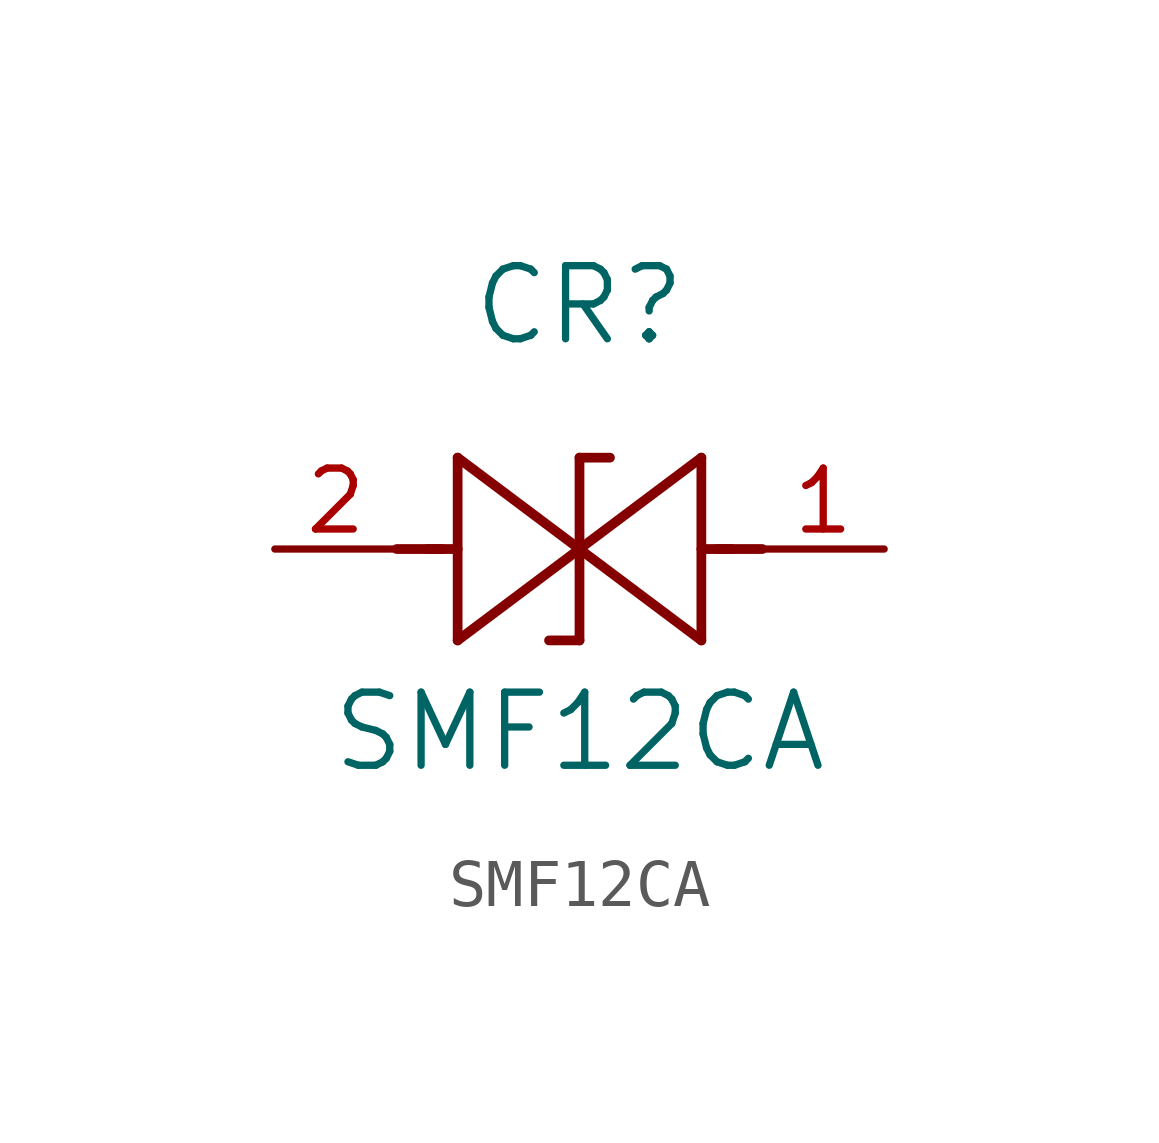
<source format=kicad_sym>
(kicad_symbol_lib
  (version 20211014)
  (generator kicad_symbol_editor)
  (symbol "SMF12CA"
    (pin_names
      (offset 0.254))
    (property "Reference" "CR"
      (at 6.35 5.08 0)
      (effects (font (size 1.524 1.524))))
    (property "Value" "SMF12CA"
      (at 6.35 -3.81 0)
      (effects (font (size 1.524 1.524))))
    (symbol "SMF12CA_0_1"
      (polyline (pts (xy 2.54 0) (xy 3.48 0)) (stroke (width 0.203) (type default) (color 0 0 0 0)) (fill (type none)))
      (polyline (pts (xy 3.81 1.905) (xy 3.81 -1.905)) (stroke (width 0.203) (type default) (color 0 0 0 0)) (fill (type none)))
      (polyline (pts (xy 3.175 0) (xy 3.81 0)) (stroke (width 0.203) (type default) (color 0 0 0 0)) (fill (type none)))
      (polyline (pts (xy 6.35 0) (xy 3.81 1.905)) (stroke (width 0.203) (type default) (color 0 0 0 0)) (fill (type none)))
      (polyline (pts (xy 3.81 -1.905) (xy 6.35 0)) (stroke (width 0.203) (type default) (color 0 0 0 0)) (fill (type none)))
      (polyline (pts (xy 6.35 1.905) (xy 6.985 1.905)) (stroke (width 0.203) (type default) (color 0 0 0 0)) (fill (type none)))
      (polyline (pts (xy 6.35 -1.905) (xy 5.715 -1.905)) (stroke (width 0.203) (type default) (color 0 0 0 0)) (fill (type none)))
      (polyline (pts (xy 10.16 0) (xy 9.22 0)) (stroke (width 0.203) (type default) (color 0 0 0 0)) (fill (type none)))
      (polyline (pts (xy 8.89 -1.905) (xy 8.89 1.905)) (stroke (width 0.203) (type default) (color 0 0 0 0)) (fill (type none)))
      (polyline (pts (xy 9.525 0) (xy 8.89 0)) (stroke (width 0.203) (type default) (color 0 0 0 0)) (fill (type none)))
      (polyline (pts (xy 6.35 1.905) (xy 6.35 -1.905)) (stroke (width 0.203) (type default) (color 0 0 0 0)) (fill (type none)))
      (polyline (pts (xy 6.35 0) (xy 8.89 -1.905)) (stroke (width 0.203) (type default) (color 0 0 0 0)) (fill (type none)))
      (polyline (pts (xy 8.89 1.905) (xy 6.35 0)) (stroke (width 0.203) (type default) (color 0 0 0 0)) (fill (type none)))
      (pin unspecified line (at 12.7 0 180) (length 2.54) (name "" (effects (font (size 1.27 1.27)))) (number "1" (effects (font (size 1.27 1.27)))))
      (pin unspecified line (at 0 0 0) (length 2.54) (name "" (effects (font (size 1.27 1.27)))) (number "2" (effects (font (size 1.27 1.27))))))))
</source>
